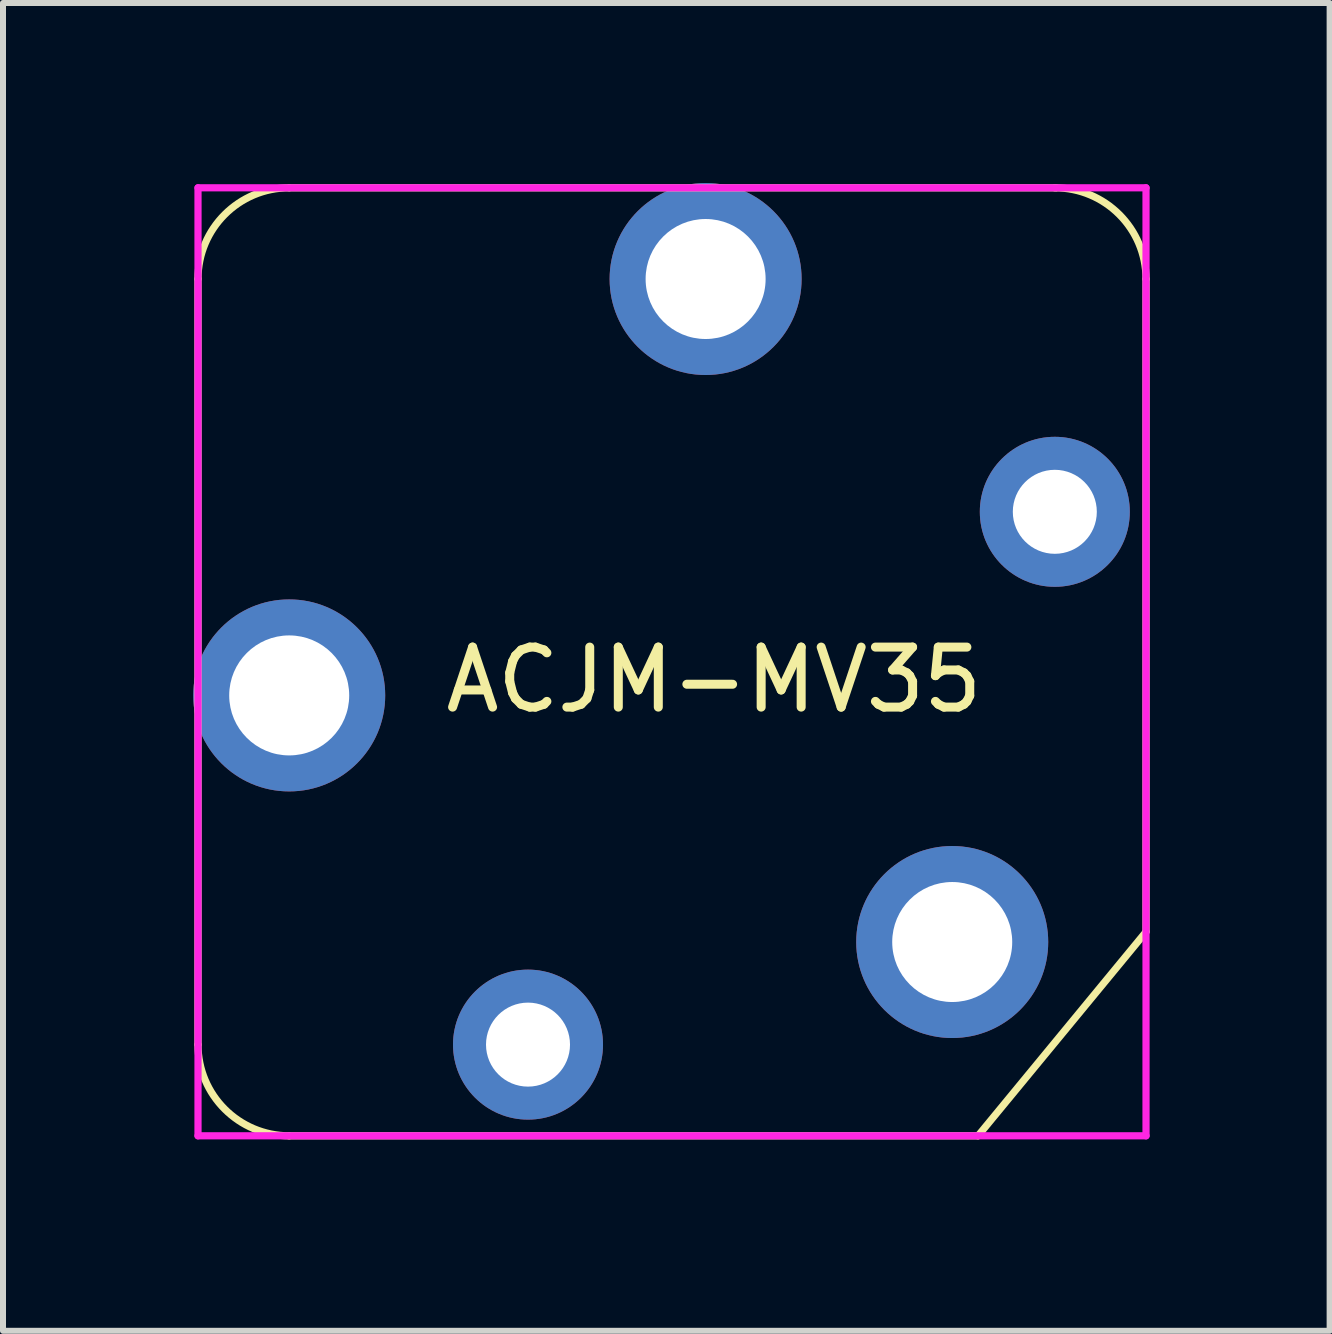
<source format=kicad_pcb>
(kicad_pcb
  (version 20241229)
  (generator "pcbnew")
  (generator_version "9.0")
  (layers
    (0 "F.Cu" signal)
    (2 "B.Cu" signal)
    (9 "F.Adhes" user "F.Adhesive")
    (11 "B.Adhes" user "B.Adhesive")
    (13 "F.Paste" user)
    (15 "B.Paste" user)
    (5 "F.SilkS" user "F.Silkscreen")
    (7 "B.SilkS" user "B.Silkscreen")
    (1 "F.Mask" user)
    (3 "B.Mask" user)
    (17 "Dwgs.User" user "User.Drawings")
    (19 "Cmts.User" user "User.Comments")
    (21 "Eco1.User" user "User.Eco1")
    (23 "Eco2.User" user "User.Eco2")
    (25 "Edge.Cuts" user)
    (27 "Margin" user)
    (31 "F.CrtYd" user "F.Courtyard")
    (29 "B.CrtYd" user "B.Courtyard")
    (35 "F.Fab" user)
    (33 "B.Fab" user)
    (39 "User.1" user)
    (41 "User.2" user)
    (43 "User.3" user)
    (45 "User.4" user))
  (footprint "ACJM-MV35"
    (layer "F.Cu")
    (at 0.25 15.88)
    (property "Reference" "ACJM-MV35" (at 8.6 -7.6 0) (layer "F.SilkS") (effects (font (size 1 1) (thickness 0.15))))
    (attr through_hole)
    (fp_line (start 0 -1.52) (end 0 -14.28) (stroke (width 0.12) (type solid)) (layer "F.SilkS"))
    (fp_line (start 1.52 -15.8) (end 14.3 -15.8) (stroke (width 0.12) (type solid)) (layer "F.SilkS"))
    (fp_line (start 1.52 0) (end 13 0) (stroke (width 0.12) (type solid)) (layer "F.SilkS"))
    (fp_line (start 13 0) (end 15.8 -3.4) (stroke (width 0.12) (type solid)) (layer "F.SilkS"))
    (fp_line (start 15.8 -3.4) (end 15.8 -14.28) (stroke (width 0.12) (type solid)) (layer "F.SilkS"))
    (fp_arc (start 0 -14.28) (mid 0.445198 -15.354802) (end 1.52 -15.8) (stroke (width 0.12) (type solid)) (layer "F.SilkS"))
    (fp_arc (start 1.52 0) (mid 0.445198 -0.445198) (end 0 -1.52) (stroke (width 0.12) (type solid)) (layer "F.SilkS"))
    (fp_arc (start 14.28 -15.8) (mid 15.354802 -15.354802) (end 15.8 -14.28) (stroke (width 0.12) (type solid)) (layer "F.SilkS"))
    (fp_line (start 0 -15.8) (end 15.8 -15.8) (stroke (width 0.12) (type solid)) (layer "F.CrtYd"))
    (fp_line (start 0 0) (end 0 -15.8) (stroke (width 0.12) (type solid)) (layer "F.CrtYd"))
    (fp_line (start 15.8 -15.8) (end 15.8 0) (stroke (width 0.12) (type solid)) (layer "F.CrtYd"))
    (fp_line (start 15.8 0) (end 0 0) (stroke (width 0.12) (type solid)) (layer "F.CrtYd"))
    (pad "R" thru_hole circle (at 8.46 -14.28) (size 3.2 3.2) (drill 2) (layers "*.Cu" "*.Mask"))
    (pad "R" thru_hole circle (at 14.28 -10.4) (size 2.5 2.5) (drill 1.4) (layers "*.Cu" "*.Mask"))
    (pad "S" thru_hole circle (at 12.57 -3.23) (size 3.2 3.2) (drill 2) (layers "*.Cu" "*.Mask"))
    (pad "T" thru_hole circle (at 1.52 -7.34) (size 3.2 3.2) (drill 2) (layers "*.Cu" "*.Mask"))
    (pad "T" thru_hole circle (at 5.5 -1.52) (size 2.5 2.5) (drill 1.4) (layers "*.Cu" "*.Mask")))
  (gr_rect
    (start -3 -3)
    (end 19.11 19.13)
    (stroke (width 0.1) (type default))
    (fill no)
    (layer "Edge.Cuts")))
</source>
